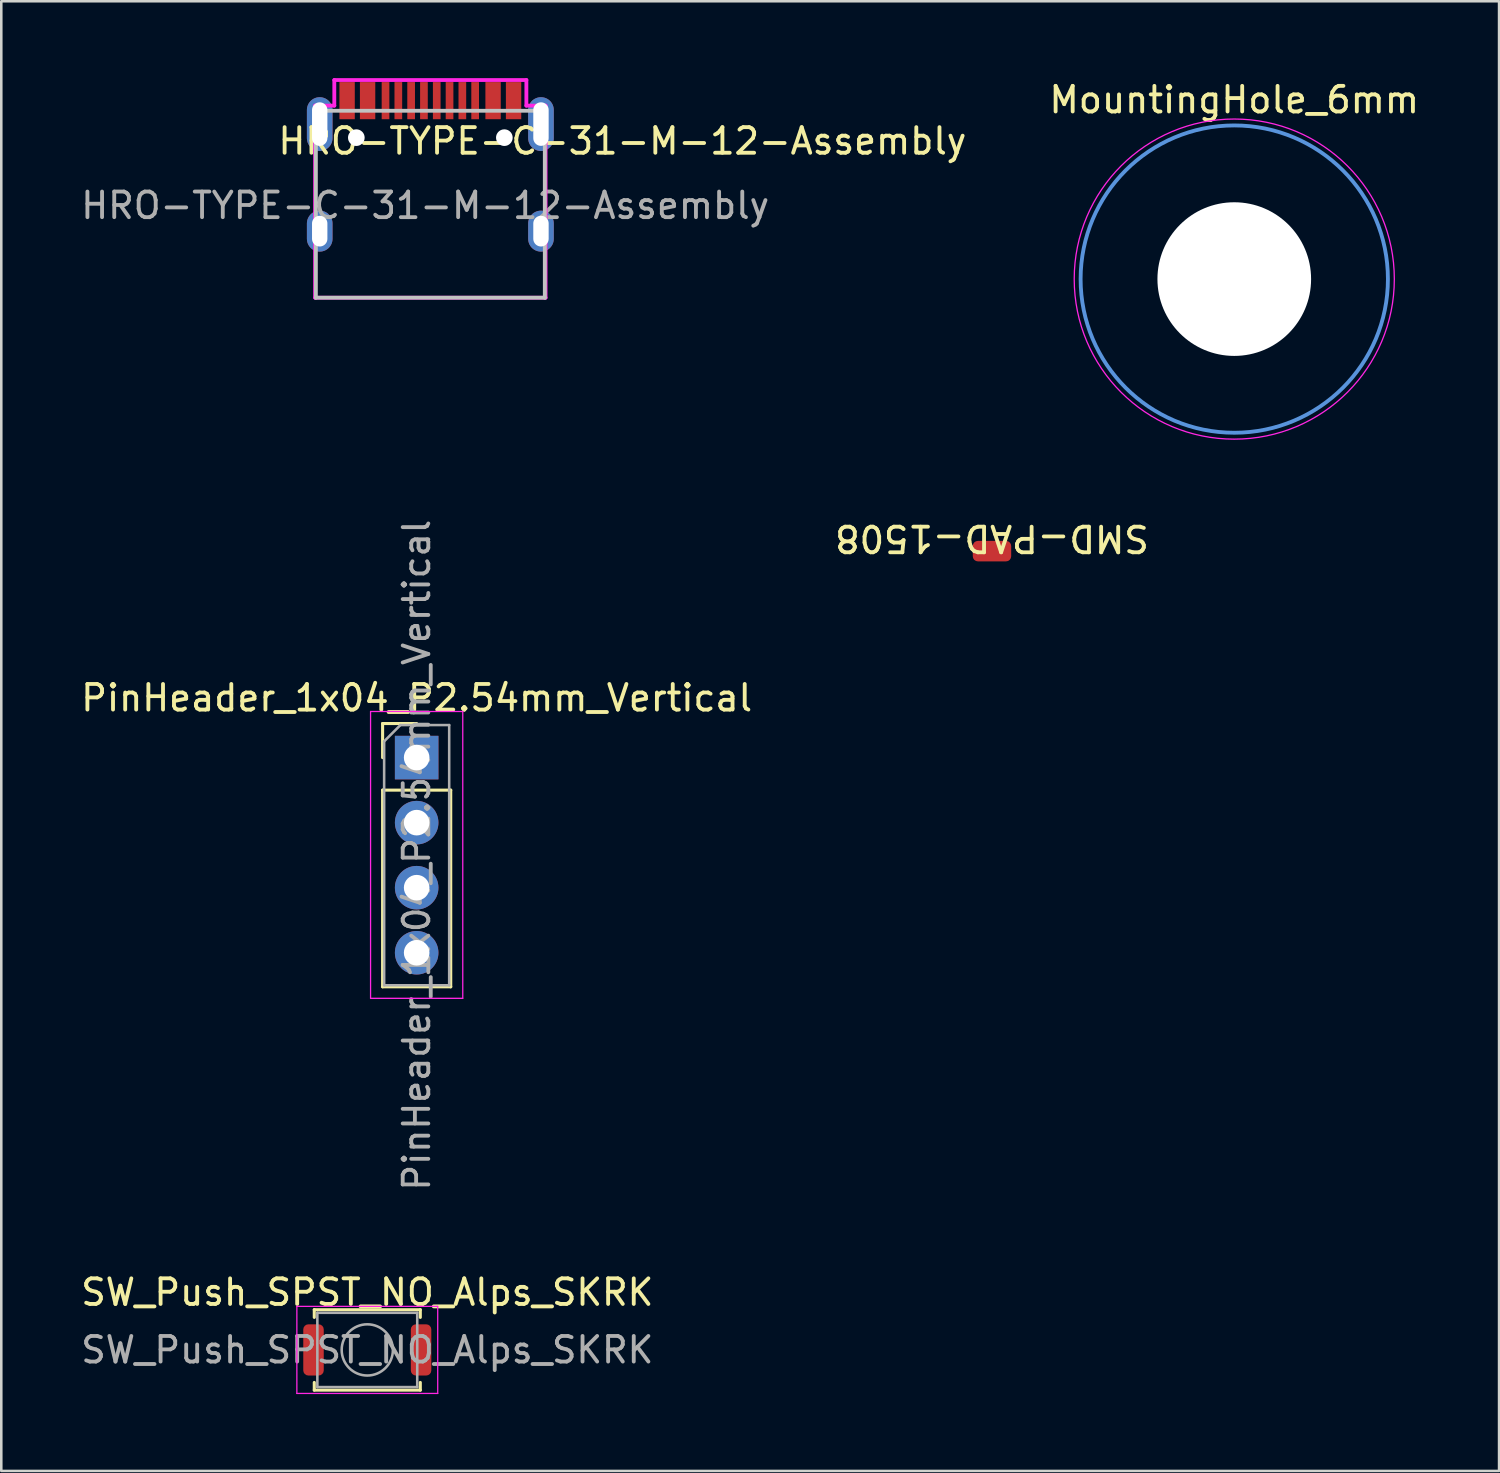
<source format=kicad_pcb>
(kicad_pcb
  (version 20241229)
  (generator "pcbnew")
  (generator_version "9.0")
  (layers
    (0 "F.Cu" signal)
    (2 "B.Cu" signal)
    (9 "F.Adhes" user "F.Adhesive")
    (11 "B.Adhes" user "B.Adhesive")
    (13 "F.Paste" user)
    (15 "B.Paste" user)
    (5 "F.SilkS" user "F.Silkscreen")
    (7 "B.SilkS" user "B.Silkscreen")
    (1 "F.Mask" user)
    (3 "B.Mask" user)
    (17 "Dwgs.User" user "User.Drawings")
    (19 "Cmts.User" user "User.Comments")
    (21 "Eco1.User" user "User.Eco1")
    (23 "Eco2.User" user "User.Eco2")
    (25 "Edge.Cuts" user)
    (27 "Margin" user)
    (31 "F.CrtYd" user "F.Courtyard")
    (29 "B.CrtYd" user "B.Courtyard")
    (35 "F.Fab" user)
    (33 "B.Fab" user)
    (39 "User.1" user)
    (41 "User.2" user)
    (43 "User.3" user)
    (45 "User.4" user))
  (footprint "HRO-TYPE-C-31-M-12-Assembly"
    (layer "F.Cu")
    (at 13.754 8.575)
    (property "Reference" "HRO-TYPE-C-31-M-12-Assembly" (at 7.5 -6.115 0) (layer "F.SilkS") (effects (font (size 1 1) (thickness 0.15))))
    (attr smd)
    (fp_line (start -4.47 -7.3) (end 4.47 -7.3) (stroke (width 0.15) (type solid)) (layer "Dwgs.User"))
    (fp_line (start -4.47 0) (end -4.47 -7.3) (stroke (width 0.15) (type solid)) (layer "Dwgs.User"))
    (fp_line (start -4.47 0) (end 4.47 0) (stroke (width 0.15) (type solid)) (layer "Dwgs.User"))
    (fp_line (start 4.47 0) (end 4.47 -7.3) (stroke (width 0.15) (type solid)) (layer "Dwgs.User"))
    (fp_line (start -4.5 -7.5) (end -3.75 -7.5) (stroke (width 0.15) (type solid)) (layer "F.CrtYd"))
    (fp_line (start -4.5 0) (end -4.5 -7.5) (stroke (width 0.15) (type solid)) (layer "F.CrtYd"))
    (fp_line (start -3.75 -8.5) (end 3.75 -8.5) (stroke (width 0.15) (type solid)) (layer "F.CrtYd"))
    (fp_line (start -3.75 -7.5) (end -3.75 -8.5) (stroke (width 0.15) (type solid)) (layer "F.CrtYd"))
    (fp_line (start 3.75 -8.5) (end 3.75 -7.5) (stroke (width 0.15) (type solid)) (layer "F.CrtYd"))
    (fp_line (start 3.75 -7.5) (end 4.5 -7.5) (stroke (width 0.15) (type solid)) (layer "F.CrtYd"))
    (fp_line (start 4.5 -7.5) (end 4.5 0) (stroke (width 0.15) (type solid)) (layer "F.CrtYd"))
    (fp_line (start 4.5 0) (end -4.5 0) (stroke (width 0.15) (type solid)) (layer "F.CrtYd"))
    (fp_text user "${REFERENCE}" (at -0.2 -3.6 0) (layer "F.Fab") (effects (font (size 1 1) (thickness 0.15))))
    (pad "" np_thru_hole circle (at -2.89 -6.25 180) (size 0.65 0.65) (drill 0.65) (layers "*.Cu" "*.Mask"))
    (pad "" np_thru_hole circle (at 2.89 -6.25 180) (size 0.65 0.65) (drill 0.65) (layers "*.Cu" "*.Mask"))
    (pad "1" smd rect (at -3.25 -7.695 180) (size 0.6 1.45) (layers "F.Cu" "F.Mask" "F.Paste"))
    (pad "2" smd rect (at -2.45 -7.695 180) (size 0.6 1.45) (layers "F.Cu" "F.Mask" "F.Paste"))
    (pad "3" smd rect (at -1.75 -7.695 180) (size 0.3 1.45) (layers "F.Cu" "F.Mask" "F.Paste"))
    (pad "4" smd rect (at -1.25 -7.695 180) (size 0.3 1.45) (layers "F.Cu" "F.Mask" "F.Paste"))
    (pad "5" smd rect (at -0.75 -7.695 180) (size 0.3 1.45) (layers "F.Cu" "F.Mask" "F.Paste"))
    (pad "6" smd rect (at -0.25 -7.695 180) (size 0.3 1.45) (layers "F.Cu" "F.Mask" "F.Paste"))
    (pad "7" smd rect (at 0.25 -7.695 180) (size 0.3 1.45) (layers "F.Cu" "F.Mask" "F.Paste"))
    (pad "8" smd rect (at 0.75 -7.695 180) (size 0.3 1.45) (layers "F.Cu" "F.Mask" "F.Paste"))
    (pad "9" smd rect (at 1.25 -7.695 180) (size 0.3 1.45) (layers "F.Cu" "F.Mask" "F.Paste"))
    (pad "10" smd rect (at 1.75 -7.695 180) (size 0.3 1.45) (layers "F.Cu" "F.Mask" "F.Paste"))
    (pad "11" smd rect (at 2.45 -7.695 180) (size 0.6 1.45) (layers "F.Cu" "F.Mask" "F.Paste"))
    (pad "12" smd rect (at 3.25 -7.695 180) (size 0.6 1.45) (layers "F.Cu" "F.Mask" "F.Paste"))
    (pad "13" thru_hole oval (at -4.32 -6.78 180) (size 1 2.1) (drill oval 0.6 1.7) (layers "*.Cu" "*.Mask"))
    (pad "13" thru_hole oval (at -4.32 -2.6 180) (size 1 1.6) (drill oval 0.6 1.2) (layers "*.Cu" "*.Mask"))
    (pad "13" thru_hole oval (at 4.32 -6.78 180) (size 1 2.1) (drill oval 0.6 1.7) (layers "*.Cu" "*.Mask"))
    (pad "13" thru_hole oval (at 4.32 -2.6 180) (size 1 1.6) (drill oval 0.6 1.2) (layers "*.Cu" "*.Mask")))
  (footprint "SMD-PAD-1508"
    (layer "F.Cu")
    (at 35.685 18.471)
    (property "Reference" "SMD-PAD-1508" (at 0 -0.5 180) (unlocked yes) (layer "F.SilkS") (effects (font (size 1 1) (thickness 0.15))))
    (attr smd)
    (pad "1" smd roundrect (at 0 0 270) (size 0.8 1.5) (layers "F.Cu" "F.Mask" "F.Paste") (roundrect_rratio 0.25)))
  (footprint "PinHeader_1x04_P2.54mm_Vertical"
    (layer "F.Cu")
    (at 13.22 26.533)
    (property "Reference" "PinHeader_1x04_P2.54mm_Vertical" (at 0 -2.33 0) (layer "F.SilkS") (effects (font (size 1 1) (thickness 0.15))))
    (attr through_hole)
    (fp_line (start -1.33 -1.33) (end 0 -1.33) (stroke (width 0.12) (type solid)) (layer "F.SilkS"))
    (fp_line (start -1.33 0) (end -1.33 -1.33) (stroke (width 0.12) (type solid)) (layer "F.SilkS"))
    (fp_line (start -1.33 1.27) (end -1.33 8.95) (stroke (width 0.12) (type solid)) (layer "F.SilkS"))
    (fp_line (start -1.33 1.27) (end 1.33 1.27) (stroke (width 0.12) (type solid)) (layer "F.SilkS"))
    (fp_line (start -1.33 8.95) (end 1.33 8.95) (stroke (width 0.12) (type solid)) (layer "F.SilkS"))
    (fp_line (start 1.33 1.27) (end 1.33 8.95) (stroke (width 0.12) (type solid)) (layer "F.SilkS"))
    (fp_line (start -1.8 -1.8) (end -1.8 9.4) (stroke (width 0.05) (type solid)) (layer "F.CrtYd"))
    (fp_line (start -1.8 9.4) (end 1.8 9.4) (stroke (width 0.05) (type solid)) (layer "F.CrtYd"))
    (fp_line (start 1.8 -1.8) (end -1.8 -1.8) (stroke (width 0.05) (type solid)) (layer "F.CrtYd"))
    (fp_line (start 1.8 9.4) (end 1.8 -1.8) (stroke (width 0.05) (type solid)) (layer "F.CrtYd"))
    (fp_line (start -1.27 -0.635) (end -0.635 -1.27) (stroke (width 0.1) (type solid)) (layer "F.Fab"))
    (fp_line (start -1.27 8.89) (end -1.27 -0.635) (stroke (width 0.1) (type solid)) (layer "F.Fab"))
    (fp_line (start -0.635 -1.27) (end 1.27 -1.27) (stroke (width 0.1) (type solid)) (layer "F.Fab"))
    (fp_line (start 1.27 -1.27) (end 1.27 8.89) (stroke (width 0.1) (type solid)) (layer "F.Fab"))
    (fp_line (start 1.27 8.89) (end -1.27 8.89) (stroke (width 0.1) (type solid)) (layer "F.Fab"))
    (fp_text user "${REFERENCE}" (at 0 3.81 90) (layer "F.Fab") (effects (font (size 1 1) (thickness 0.15))))
    (pad "1" thru_hole rect (at 0 0 180) (size 1.7 1.7) (drill 1) (layers "*.Cu" "*.Mask"))
    (pad "2" thru_hole oval (at 0 2.54 180) (size 1.7 1.7) (drill 1) (layers "*.Cu" "*.Mask"))
    (pad "3" thru_hole oval (at 0 5.08 180) (size 1.7 1.7) (drill 1) (layers "*.Cu" "*.Mask"))
    (pad "4" thru_hole oval (at 0 7.62 180) (size 1.7 1.7) (drill 1) (layers "*.Cu" "*.Mask")))
  (footprint "MountingHole_6mm"
    (layer "F.Cu")
    (at 45.146 7.848)
    (property "Reference" "MountingHole_6mm" (at 0 -7 0) (layer "F.SilkS") (effects (font (size 1 1) (thickness 0.15))))
    (attr exclude_from_pos_files)
    (fp_circle (center 0 0) (end 6 0) (stroke (width 0.15) (type solid)) (fill no) (layer "Cmts.User"))
    (fp_circle (center 0 0) (end 6.25 0) (stroke (width 0.05) (type solid)) (fill no) (layer "F.CrtYd"))
    (pad "" np_thru_hole circle (at 0 0) (size 6 6) (drill 6) (layers "*.Cu" "*.Mask")))
  (footprint "SW_Push_SPST_NO_Alps_SKRK"
    (layer "F.Cu")
    (at 11.292 49.662)
    (property "Reference" "SW_Push_SPST_NO_Alps_SKRK" (at 0 -2.25 0) (layer "F.SilkS") (effects (font (size 1 1) (thickness 0.15))))
    (attr smd)
    (fp_line (start -2.07 -1.57) (end 2.07 -1.57) (stroke (width 0.12) (type solid)) (layer "F.SilkS"))
    (fp_line (start -2.07 -1.27) (end -2.07 -1.57) (stroke (width 0.12) (type solid)) (layer "F.SilkS"))
    (fp_line (start -2.07 1.57) (end -2.07 1.27) (stroke (width 0.12) (type solid)) (layer "F.SilkS"))
    (fp_line (start 2.07 -1.57) (end 2.07 -1.27) (stroke (width 0.12) (type solid)) (layer "F.SilkS"))
    (fp_line (start 2.07 1.27) (end 2.07 1.57) (stroke (width 0.12) (type solid)) (layer "F.SilkS"))
    (fp_line (start 2.07 1.57) (end -2.07 1.57) (stroke (width 0.12) (type solid)) (layer "F.SilkS"))
    (fp_line (start -2.75 -1.7) (end 2.75 -1.7) (stroke (width 0.05) (type solid)) (layer "F.CrtYd"))
    (fp_line (start -2.75 1.7) (end -2.75 -1.7) (stroke (width 0.05) (type solid)) (layer "F.CrtYd"))
    (fp_line (start 2.75 -1.7) (end 2.75 1.7) (stroke (width 0.05) (type solid)) (layer "F.CrtYd"))
    (fp_line (start 2.75 1.7) (end -2.75 1.7) (stroke (width 0.05) (type solid)) (layer "F.CrtYd"))
    (fp_line (start -1.95 -1.45) (end 1.95 -1.45) (stroke (width 0.1) (type solid)) (layer "F.Fab"))
    (fp_line (start -1.95 1.45) (end -1.95 -1.45) (stroke (width 0.1) (type solid)) (layer "F.Fab"))
    (fp_line (start 1.95 -1.45) (end 1.95 1.45) (stroke (width 0.1) (type solid)) (layer "F.Fab"))
    (fp_line (start 1.95 1.45) (end -1.95 1.45) (stroke (width 0.1) (type solid)) (layer "F.Fab"))
    (fp_circle (center 0 0) (end 1 0) (stroke (width 0.1) (type solid)) (fill no) (layer "F.Fab"))
    (fp_text user "${REFERENCE}" (at 0 0 0) (layer "F.Fab") (effects (font (size 1 1) (thickness 0.15))))
    (pad "1" smd roundrect (at -2.1 0) (size 0.8 2) (layers "F.Cu" "F.Mask" "F.Paste") (roundrect_rratio 0.25))
    (pad "2" smd roundrect (at 2.1 0) (size 0.8 2) (layers "F.Cu" "F.Mask" "F.Paste") (roundrect_rratio 0.25)))
  (gr_rect
    (start -3 -3)
    (end 55.486 54.387)
    (stroke (width 0.1) (type default))
    (fill no)
    (layer "Edge.Cuts")))
</source>
